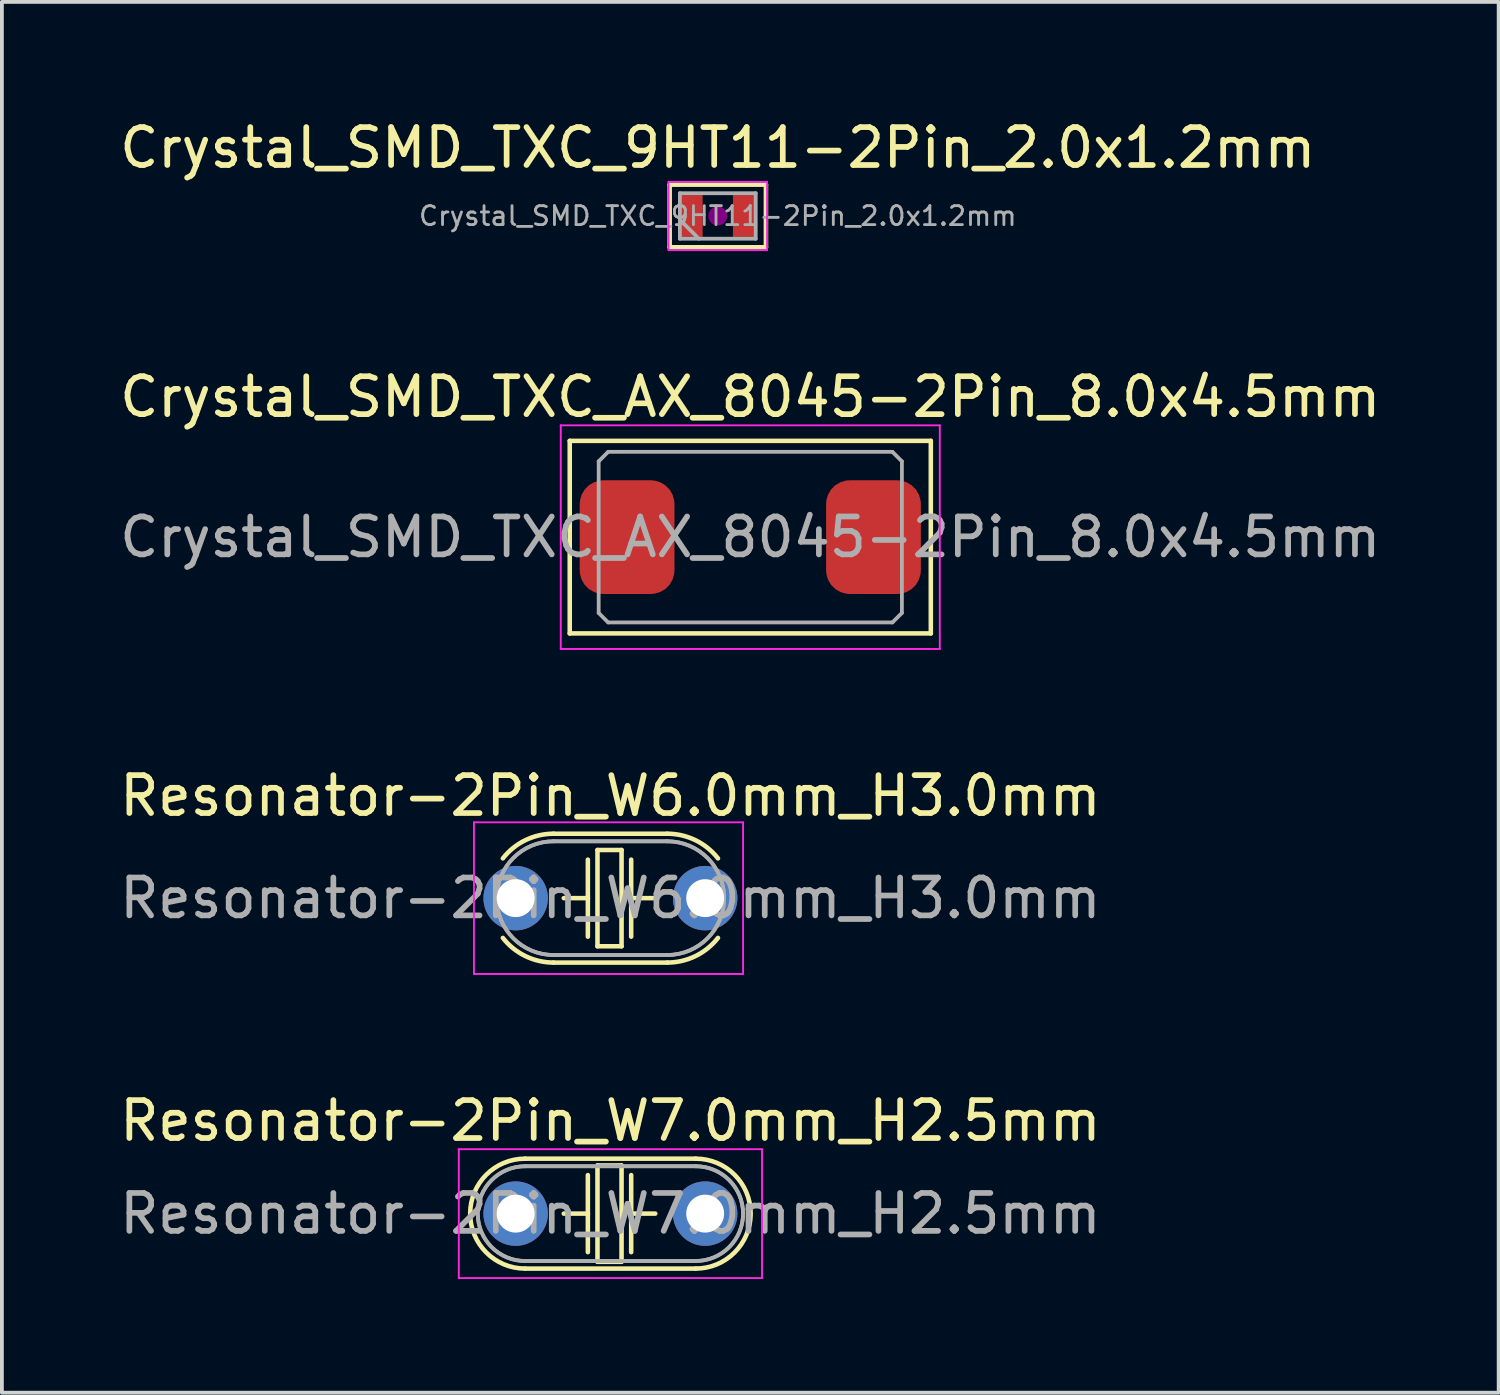
<source format=kicad_pcb>
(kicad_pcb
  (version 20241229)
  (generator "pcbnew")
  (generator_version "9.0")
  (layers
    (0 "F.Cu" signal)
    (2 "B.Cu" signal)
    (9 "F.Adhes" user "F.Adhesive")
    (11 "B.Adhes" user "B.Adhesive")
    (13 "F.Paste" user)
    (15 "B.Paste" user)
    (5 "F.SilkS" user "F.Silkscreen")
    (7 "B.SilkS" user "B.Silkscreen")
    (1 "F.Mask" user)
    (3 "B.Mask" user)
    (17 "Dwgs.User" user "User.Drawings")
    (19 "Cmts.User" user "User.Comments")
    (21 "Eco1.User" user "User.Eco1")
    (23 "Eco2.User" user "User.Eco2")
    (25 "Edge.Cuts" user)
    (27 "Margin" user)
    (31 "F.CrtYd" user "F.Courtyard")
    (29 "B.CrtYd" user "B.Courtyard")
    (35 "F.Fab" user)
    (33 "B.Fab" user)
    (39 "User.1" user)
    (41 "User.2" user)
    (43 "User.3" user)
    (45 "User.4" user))
  (footprint "Crystal_SMD_TXC_AX_8045-2Pin_8.0x4.5mm"
    (layer "F.Cu")
    (at 16.744 11.121)
    (property "Reference" "Crystal_SMD_TXC_AX_8045-2Pin_8.0x4.5mm" (at 0 -3.7 0) (layer "F.SilkS") (effects (font (size 1 1) (thickness 0.15))))
    (attr smd)
    (fp_line (start -4.763 -2.54) (end -4.763 2.54) (stroke (width 0.12) (type solid)) (layer "F.SilkS"))
    (fp_line (start -4.763 2.54) (end 4.763 2.54) (stroke (width 0.12) (type solid)) (layer "F.SilkS"))
    (fp_line (start 4.763 -2.54) (end -4.763 -2.54) (stroke (width 0.12) (type solid)) (layer "F.SilkS"))
    (fp_line (start 4.763 2.54) (end 4.763 -2.54) (stroke (width 0.12) (type solid)) (layer "F.SilkS"))
    (fp_line (start -5 -2.95) (end -5 2.95) (stroke (width 0.05) (type solid)) (layer "F.CrtYd"))
    (fp_line (start -5 2.95) (end 5 2.95) (stroke (width 0.05) (type solid)) (layer "F.CrtYd"))
    (fp_line (start 5 -2.95) (end -5 -2.95) (stroke (width 0.05) (type solid)) (layer "F.CrtYd"))
    (fp_line (start 5 2.95) (end 5 -2.95) (stroke (width 0.05) (type solid)) (layer "F.CrtYd"))
    (fp_line (start -4 -2) (end -3.75 -2.25) (stroke (width 0.1) (type solid)) (layer "F.Fab"))
    (fp_line (start -4 2) (end -4 -2) (stroke (width 0.1) (type solid)) (layer "F.Fab"))
    (fp_line (start -3.75 -2.25) (end 3.75 -2.25) (stroke (width 0.1) (type solid)) (layer "F.Fab"))
    (fp_line (start -3.75 2.25) (end -4 2) (stroke (width 0.1) (type solid)) (layer "F.Fab"))
    (fp_line (start 3.75 -2.25) (end 4 -2) (stroke (width 0.1) (type solid)) (layer "F.Fab"))
    (fp_line (start 3.75 2.25) (end -3.75 2.25) (stroke (width 0.1) (type solid)) (layer "F.Fab"))
    (fp_line (start 3.75 2.25) (end 4 2) (stroke (width 0.1) (type solid)) (layer "F.Fab"))
    (fp_line (start 4 -2) (end 4 2) (stroke (width 0.1) (type solid)) (layer "F.Fab"))
    (fp_text user "${REFERENCE}" (at 0 0 0) (layer "F.Fab") (effects (font (size 1 1) (thickness 0.15))))
    (pad "1" smd roundrect (at -3.25 0) (size 2.5 3) (layers "F.Cu" "F.Mask" "F.Paste") (roundrect_rratio 0.25))
    (pad "2" smd roundrect (at 3.25 0) (size 2.5 3) (layers "F.Cu" "F.Mask" "F.Paste") (roundrect_rratio 0.25)))
  (footprint "Resonator-2Pin_W7.0mm_H2.5mm"
    (layer "F.Cu")
    (at 10.554 28.968)
    (property "Reference" "Resonator-2Pin_W7.0mm_H2.5mm" (at 2.5 -2.45 0) (layer "F.SilkS") (effects (font (size 1 1) (thickness 0.15))))
    (attr through_hole)
    (fp_line (start 0.25 -1.45) (end 4.75 -1.45) (stroke (width 0.12) (type solid)) (layer "F.SilkS"))
    (fp_line (start 0.25 1.45) (end 4.75 1.45) (stroke (width 0.12) (type solid)) (layer "F.SilkS"))
    (fp_line (start 1.27 0) (end 1.905 0) (stroke (width 0.12) (type solid)) (layer "F.SilkS"))
    (fp_line (start 1.905 0) (end 1.905 -1.016) (stroke (width 0.12) (type solid)) (layer "F.SilkS"))
    (fp_line (start 1.905 0) (end 1.905 1.016) (stroke (width 0.12) (type solid)) (layer "F.SilkS"))
    (fp_line (start 2.159 -1.27) (end 2.159 1.27) (stroke (width 0.12) (type solid)) (layer "F.SilkS"))
    (fp_line (start 2.159 1.27) (end 2.794 1.27) (stroke (width 0.12) (type solid)) (layer "F.SilkS"))
    (fp_line (start 2.794 -1.27) (end 2.159 -1.27) (stroke (width 0.12) (type solid)) (layer "F.SilkS"))
    (fp_line (start 2.794 1.27) (end 2.794 -1.27) (stroke (width 0.12) (type solid)) (layer "F.SilkS"))
    (fp_line (start 3.048 0) (end 3.048 -1.016) (stroke (width 0.12) (type solid)) (layer "F.SilkS"))
    (fp_line (start 3.048 0) (end 3.048 1.016) (stroke (width 0.12) (type solid)) (layer "F.SilkS"))
    (fp_line (start 3.683 0) (end 3.048 0) (stroke (width 0.12) (type solid)) (layer "F.SilkS"))
    (fp_arc (start 0.25 1.45) (mid -1.2 0) (end 0.25 -1.45) (stroke (width 0.12) (type solid)) (layer "F.SilkS"))
    (fp_arc (start 4.75 -1.45) (mid 6.2 0) (end 4.75 1.45) (stroke (width 0.12) (type solid)) (layer "F.SilkS"))
    (fp_line (start -1.5 -1.7) (end -1.5 1.7) (stroke (width 0.05) (type solid)) (layer "F.CrtYd"))
    (fp_line (start -1.5 1.7) (end 6.5 1.7) (stroke (width 0.05) (type solid)) (layer "F.CrtYd"))
    (fp_line (start 6.5 -1.7) (end -1.5 -1.7) (stroke (width 0.05) (type solid)) (layer "F.CrtYd"))
    (fp_line (start 6.5 1.7) (end 6.5 -1.7) (stroke (width 0.05) (type solid)) (layer "F.CrtYd"))
    (fp_line (start 0.25 -1.25) (end 4.75 -1.25) (stroke (width 0.1) (type solid)) (layer "F.Fab"))
    (fp_line (start 0.25 -1.25) (end 4.75 -1.25) (stroke (width 0.1) (type solid)) (layer "F.Fab"))
    (fp_line (start 0.25 1.25) (end 4.75 1.25) (stroke (width 0.1) (type solid)) (layer "F.Fab"))
    (fp_line (start 0.25 1.25) (end 4.75 1.25) (stroke (width 0.1) (type solid)) (layer "F.Fab"))
    (fp_arc (start 0.25 1.25) (mid -1 0) (end 0.25 -1.25) (stroke (width 0.1) (type solid)) (layer "F.Fab"))
    (fp_arc (start 0.25 1.25) (mid -1 0) (end 0.25 -1.25) (stroke (width 0.1) (type solid)) (layer "F.Fab"))
    (fp_arc (start 4.75 -1.25) (mid 6 0) (end 4.75 1.25) (stroke (width 0.1) (type solid)) (layer "F.Fab"))
    (fp_arc (start 4.75 -1.25) (mid 6 0) (end 4.75 1.25) (stroke (width 0.1) (type solid)) (layer "F.Fab"))
    (fp_text user "${REFERENCE}" (at 2.5 0 0) (layer "F.Fab") (effects (font (size 1 1) (thickness 0.15))))
    (pad "1" thru_hole circle (at 0 0) (size 1.7 1.7) (drill 1) (layers "*.Cu" "*.Mask"))
    (pad "2" thru_hole circle (at 5 0) (size 1.7 1.7) (drill 1) (layers "*.Cu" "*.Mask")))
  (footprint "Resonator-2Pin_W6.0mm_H3.0mm"
    (layer "F.Cu")
    (at 10.554 20.645)
    (property "Reference" "Resonator-2Pin_W6.0mm_H3.0mm" (at 2.5 -2.7 0) (layer "F.SilkS") (effects (font (size 1 1) (thickness 0.15))))
    (attr through_hole)
    (fp_line (start 1 -1.7) (end 4 -1.7) (stroke (width 0.12) (type solid)) (layer "F.SilkS"))
    (fp_line (start 1 1.7) (end 4 1.7) (stroke (width 0.12) (type solid)) (layer "F.SilkS"))
    (fp_line (start 1.27 0) (end 1.905 0) (stroke (width 0.12) (type solid)) (layer "F.SilkS"))
    (fp_line (start 1.905 0) (end 1.905 -1.016) (stroke (width 0.12) (type solid)) (layer "F.SilkS"))
    (fp_line (start 1.905 0) (end 1.905 1.016) (stroke (width 0.12) (type solid)) (layer "F.SilkS"))
    (fp_line (start 2.159 -1.27) (end 2.159 1.27) (stroke (width 0.12) (type solid)) (layer "F.SilkS"))
    (fp_line (start 2.159 1.27) (end 2.794 1.27) (stroke (width 0.12) (type solid)) (layer "F.SilkS"))
    (fp_line (start 2.794 -1.27) (end 2.159 -1.27) (stroke (width 0.12) (type solid)) (layer "F.SilkS"))
    (fp_line (start 2.794 1.27) (end 2.794 -1.27) (stroke (width 0.12) (type solid)) (layer "F.SilkS"))
    (fp_line (start 3.048 0) (end 3.048 -1.016) (stroke (width 0.12) (type solid)) (layer "F.SilkS"))
    (fp_line (start 3.048 0) (end 3.048 1.016) (stroke (width 0.12) (type solid)) (layer "F.SilkS"))
    (fp_line (start 3.683 0) (end 3.048 0) (stroke (width 0.12) (type solid)) (layer "F.SilkS"))
    (fp_arc (start -0.33779 -1.048961) (mid 0.256102 -1.5286) (end 1 -1.7) (stroke (width 0.12) (type solid)) (layer "F.SilkS"))
    (fp_arc (start 1 1.7) (mid 0.256103 1.5286) (end -0.33779 1.048961) (stroke (width 0.12) (type solid)) (layer "F.SilkS"))
    (fp_arc (start 4 -1.7) (mid 4.743897 -1.5286) (end 5.33779 -1.048961) (stroke (width 0.12) (type solid)) (layer "F.SilkS"))
    (fp_arc (start 5.33779 1.048961) (mid 4.743898 1.5286) (end 4 1.7) (stroke (width 0.12) (type solid)) (layer "F.SilkS"))
    (fp_line (start -1.1 -2) (end -1.1 2) (stroke (width 0.05) (type solid)) (layer "F.CrtYd"))
    (fp_line (start -1.1 2) (end 6 2) (stroke (width 0.05) (type solid)) (layer "F.CrtYd"))
    (fp_line (start 6 -2) (end -1.1 -2) (stroke (width 0.05) (type solid)) (layer "F.CrtYd"))
    (fp_line (start 6 2) (end 6 -2) (stroke (width 0.05) (type solid)) (layer "F.CrtYd"))
    (fp_line (start 1 -1.5) (end 4 -1.5) (stroke (width 0.1) (type solid)) (layer "F.Fab"))
    (fp_line (start 1 -1.5) (end 4 -1.5) (stroke (width 0.1) (type solid)) (layer "F.Fab"))
    (fp_line (start 1 1.5) (end 4 1.5) (stroke (width 0.1) (type solid)) (layer "F.Fab"))
    (fp_line (start 1 1.5) (end 4 1.5) (stroke (width 0.1) (type solid)) (layer "F.Fab"))
    (fp_arc (start 1 1.5) (mid -0.5 0) (end 1 -1.5) (stroke (width 0.1) (type solid)) (layer "F.Fab"))
    (fp_arc (start 1 1.5) (mid -0.5 0) (end 1 -1.5) (stroke (width 0.1) (type solid)) (layer "F.Fab"))
    (fp_arc (start 4 -1.5) (mid 5.5 0) (end 4 1.5) (stroke (width 0.1) (type solid)) (layer "F.Fab"))
    (fp_arc (start 4 -1.5) (mid 5.5 0) (end 4 1.5) (stroke (width 0.1) (type solid)) (layer "F.Fab"))
    (fp_text user "${REFERENCE}" (at 2.5 0 0) (layer "F.Fab") (effects (font (size 1 1) (thickness 0.15))))
    (pad "1" thru_hole circle (at 0 0) (size 1.7 1.7) (drill 1) (layers "*.Cu" "*.Mask"))
    (pad "2" thru_hole circle (at 5 0) (size 1.7 1.7) (drill 1) (layers "*.Cu" "*.Mask")))
  (footprint "Crystal_SMD_TXC_9HT11-2Pin_2.0x1.2mm"
    (layer "F.Cu")
    (at 15.887 2.648)
    (property "Reference" "Crystal_SMD_TXC_9HT11-2Pin_2.0x1.2mm" (at 0 -1.8 0) (layer "F.SilkS") (effects (font (size 1 1) (thickness 0.15))))
    (attr smd)
    (fp_line (start -1.27 -0.826) (end -1.27 0.826) (stroke (width 0.12) (type solid)) (layer "F.SilkS"))
    (fp_line (start -1.27 0.826) (end 1.27 0.826) (stroke (width 0.12) (type solid)) (layer "F.SilkS"))
    (fp_line (start 1.27 -0.826) (end -1.27 -0.826) (stroke (width 0.12) (type solid)) (layer "F.SilkS"))
    (fp_line (start 1.27 0.826) (end 1.27 -0.826) (stroke (width 0.12) (type solid)) (layer "F.SilkS"))
    (fp_circle (center 0 0) (end 0.047 0) (stroke (width 0.093) (type solid)) (fill no) (layer "F.Adhes"))
    (fp_circle (center 0 0) (end 0.107 0) (stroke (width 0.067) (type solid)) (fill no) (layer "F.Adhes"))
    (fp_circle (center 0 0) (end 0.167 0) (stroke (width 0.067) (type solid)) (fill no) (layer "F.Adhes"))
    (fp_circle (center 0 0) (end 0.2 0) (stroke (width 0.1) (type solid)) (fill no) (layer "F.Adhes"))
    (fp_line (start -1.3 -0.9) (end -1.3 0.9) (stroke (width 0.05) (type solid)) (layer "F.CrtYd"))
    (fp_line (start -1.3 0.9) (end 1.3 0.9) (stroke (width 0.05) (type solid)) (layer "F.CrtYd"))
    (fp_line (start 1.3 -0.9) (end -1.3 -0.9) (stroke (width 0.05) (type solid)) (layer "F.CrtYd"))
    (fp_line (start 1.3 0.9) (end 1.3 -0.9) (stroke (width 0.05) (type solid)) (layer "F.CrtYd"))
    (fp_line (start -1 -0.6) (end -1 0.6) (stroke (width 0.1) (type solid)) (layer "F.Fab"))
    (fp_line (start -1 0.1) (end -0.5 0.6) (stroke (width 0.1) (type solid)) (layer "F.Fab"))
    (fp_line (start -1 0.6) (end 1 0.6) (stroke (width 0.1) (type solid)) (layer "F.Fab"))
    (fp_line (start 1 -0.6) (end -1 -0.6) (stroke (width 0.1) (type solid)) (layer "F.Fab"))
    (fp_line (start 1 0.6) (end 1 -0.6) (stroke (width 0.1) (type solid)) (layer "F.Fab"))
    (fp_text user "${REFERENCE}" (at 0 0 0) (layer "F.Fab") (effects (font (size 0.5 0.5) (thickness 0.075))))
    (pad "1" smd rect (at -0.7 0) (size 0.6 1.1) (layers "F.Cu" "F.Mask" "F.Paste"))
    (pad "2" smd rect (at 0.7 0) (size 0.6 1.1) (layers "F.Cu" "F.Mask" "F.Paste")))
  (gr_rect
    (start -3 -3)
    (end 36.488 33.693)
    (stroke (width 0.1) (type default))
    (fill no)
    (layer "Edge.Cuts")))
</source>
